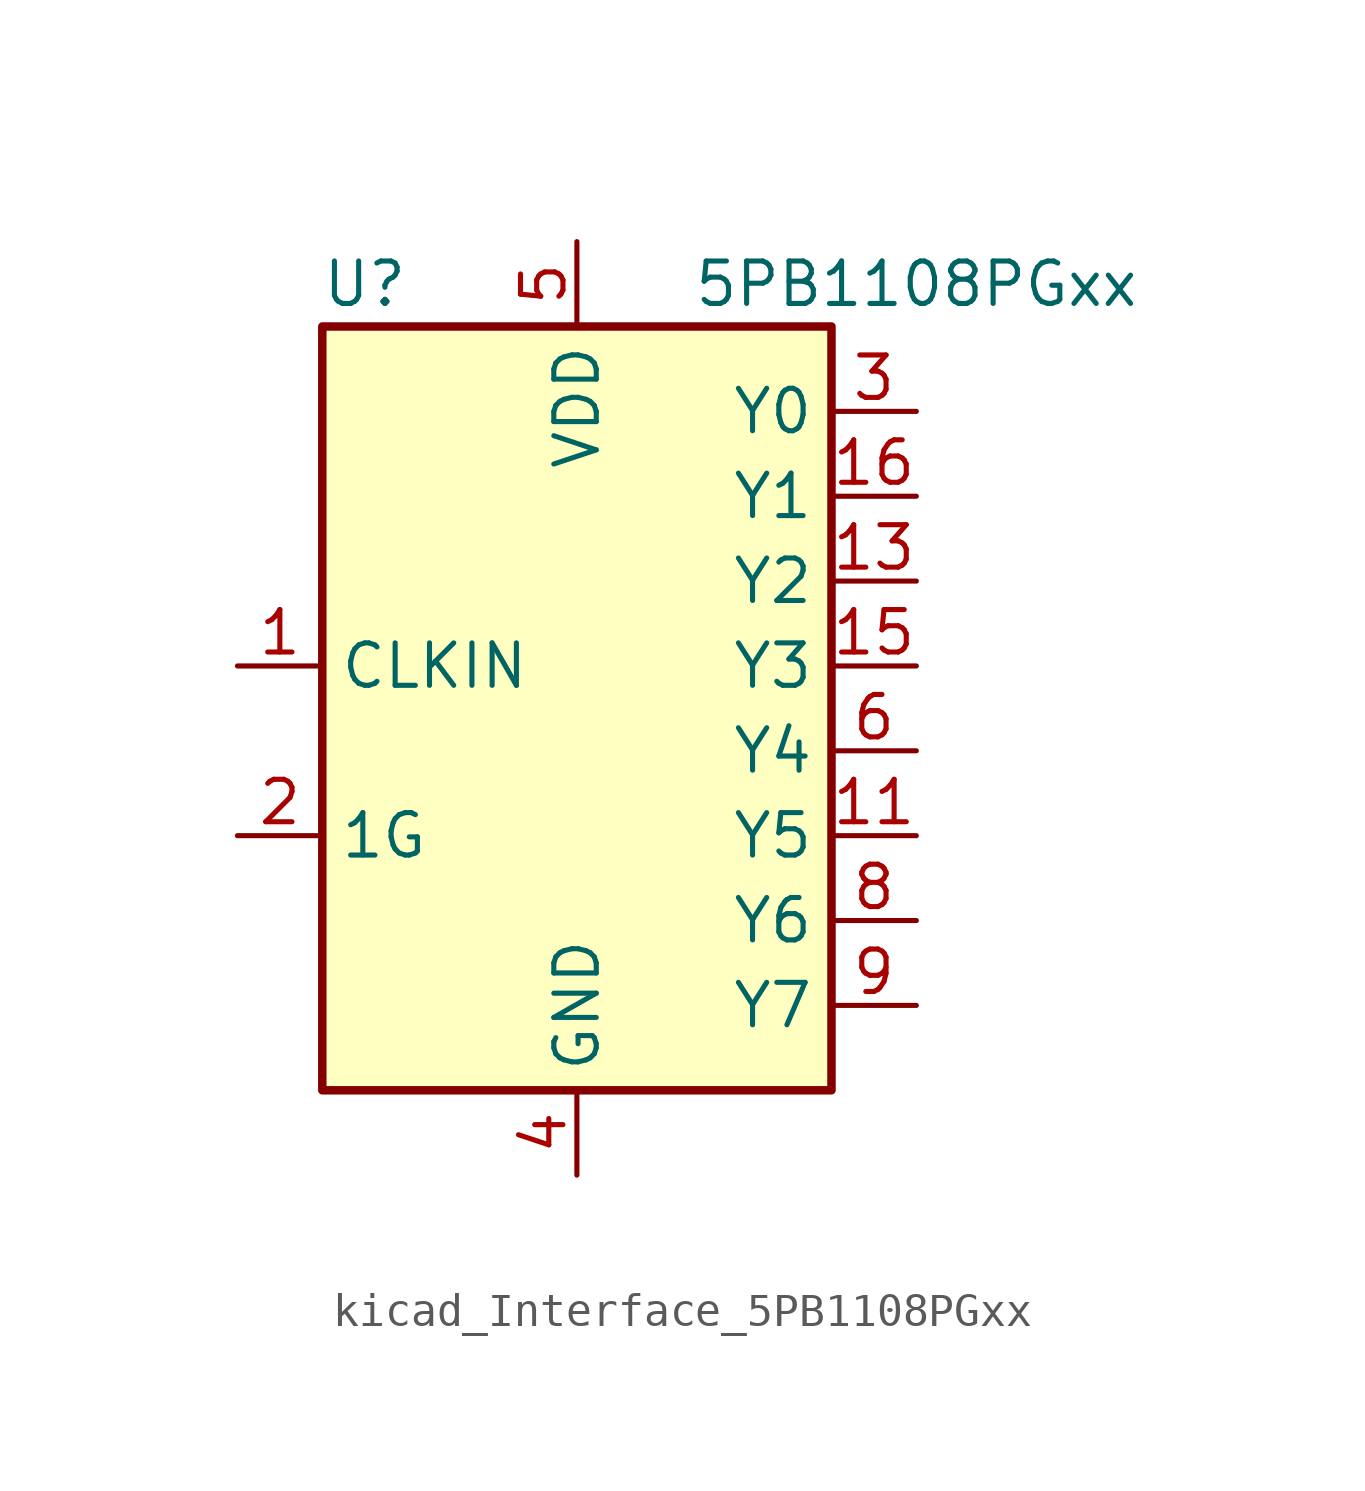
<source format=kicad_sym>
(kicad_symbol_lib
  (version 20220914)
  (generator kicad_symbol_editor)
  (symbol "kicad_Interface_5PB1108PGxx"
    (property "Reference" "U"
      (at -6.35 13.97 0)
      (effects (font (size 1.27 1.27))))
    (property "Value" "5PB1108PGxx"
      (at 10.16 13.97 0)
      (effects (font (size 1.27 1.27))))
    (symbol "kicad_Interface_5PB1108PGxx_0_1"
      (rectangle (start -7.62 12.7) (end 7.62 -10.16) (stroke (width 0.254) (type default)) (fill (type background))))
    (symbol "kicad_Interface_5PB1108PGxx_1_1"
      (pin input line (at -10.16 2.54 0) (length 2.54) (name "CLKIN" (effects (font (size 1.27 1.27)))) (number "1" (effects (font (size 1.27 1.27)))))
      (pin passive line (at 0 15.24 270) (length 2.54) hide (name "VDD" (effects (font (size 1.27 1.27)))) (number "10" (effects (font (size 1.27 1.27)))))
      (pin output line (at 10.16 -2.54 180) (length 2.54) (name "Y5" (effects (font (size 1.27 1.27)))) (number "11" (effects (font (size 1.27 1.27)))))
      (pin passive line (at 0 -12.7 90) (length 2.54) hide (name "GND" (effects (font (size 1.27 1.27)))) (number "12" (effects (font (size 1.27 1.27)))))
      (pin output line (at 10.16 5.08 180) (length 2.54) (name "Y2" (effects (font (size 1.27 1.27)))) (number "13" (effects (font (size 1.27 1.27)))))
      (pin passive line (at 0 15.24 270) (length 2.54) hide (name "VDD" (effects (font (size 1.27 1.27)))) (number "14" (effects (font (size 1.27 1.27)))))
      (pin output line (at 10.16 2.54 180) (length 2.54) (name "Y3" (effects (font (size 1.27 1.27)))) (number "15" (effects (font (size 1.27 1.27)))))
      (pin output line (at 10.16 7.62 180) (length 2.54) (name "Y1" (effects (font (size 1.27 1.27)))) (number "16" (effects (font (size 1.27 1.27)))))
      (pin input line (at -10.16 -2.54 0) (length 2.54) (name "1G" (effects (font (size 1.27 1.27)))) (number "2" (effects (font (size 1.27 1.27)))))
      (pin output line (at 10.16 10.16 180) (length 2.54) (name "Y0" (effects (font (size 1.27 1.27)))) (number "3" (effects (font (size 1.27 1.27)))))
      (pin power_in line (at 0 -12.7 90) (length 2.54) (name "GND" (effects (font (size 1.27 1.27)))) (number "4" (effects (font (size 1.27 1.27)))))
      (pin power_in line (at 0 15.24 270) (length 2.54) (name "VDD" (effects (font (size 1.27 1.27)))) (number "5" (effects (font (size 1.27 1.27)))))
      (pin output line (at 10.16 0 180) (length 2.54) (name "Y4" (effects (font (size 1.27 1.27)))) (number "6" (effects (font (size 1.27 1.27)))))
      (pin passive line (at 0 -12.7 90) (length 2.54) hide (name "GND" (effects (font (size 1.27 1.27)))) (number "7" (effects (font (size 1.27 1.27)))))
      (pin output line (at 10.16 -5.08 180) (length 2.54) (name "Y6" (effects (font (size 1.27 1.27)))) (number "8" (effects (font (size 1.27 1.27)))))
      (pin output line (at 10.16 -7.62 180) (length 2.54) (name "Y7" (effects (font (size 1.27 1.27)))) (number "9" (effects (font (size 1.27 1.27))))))))
</source>
